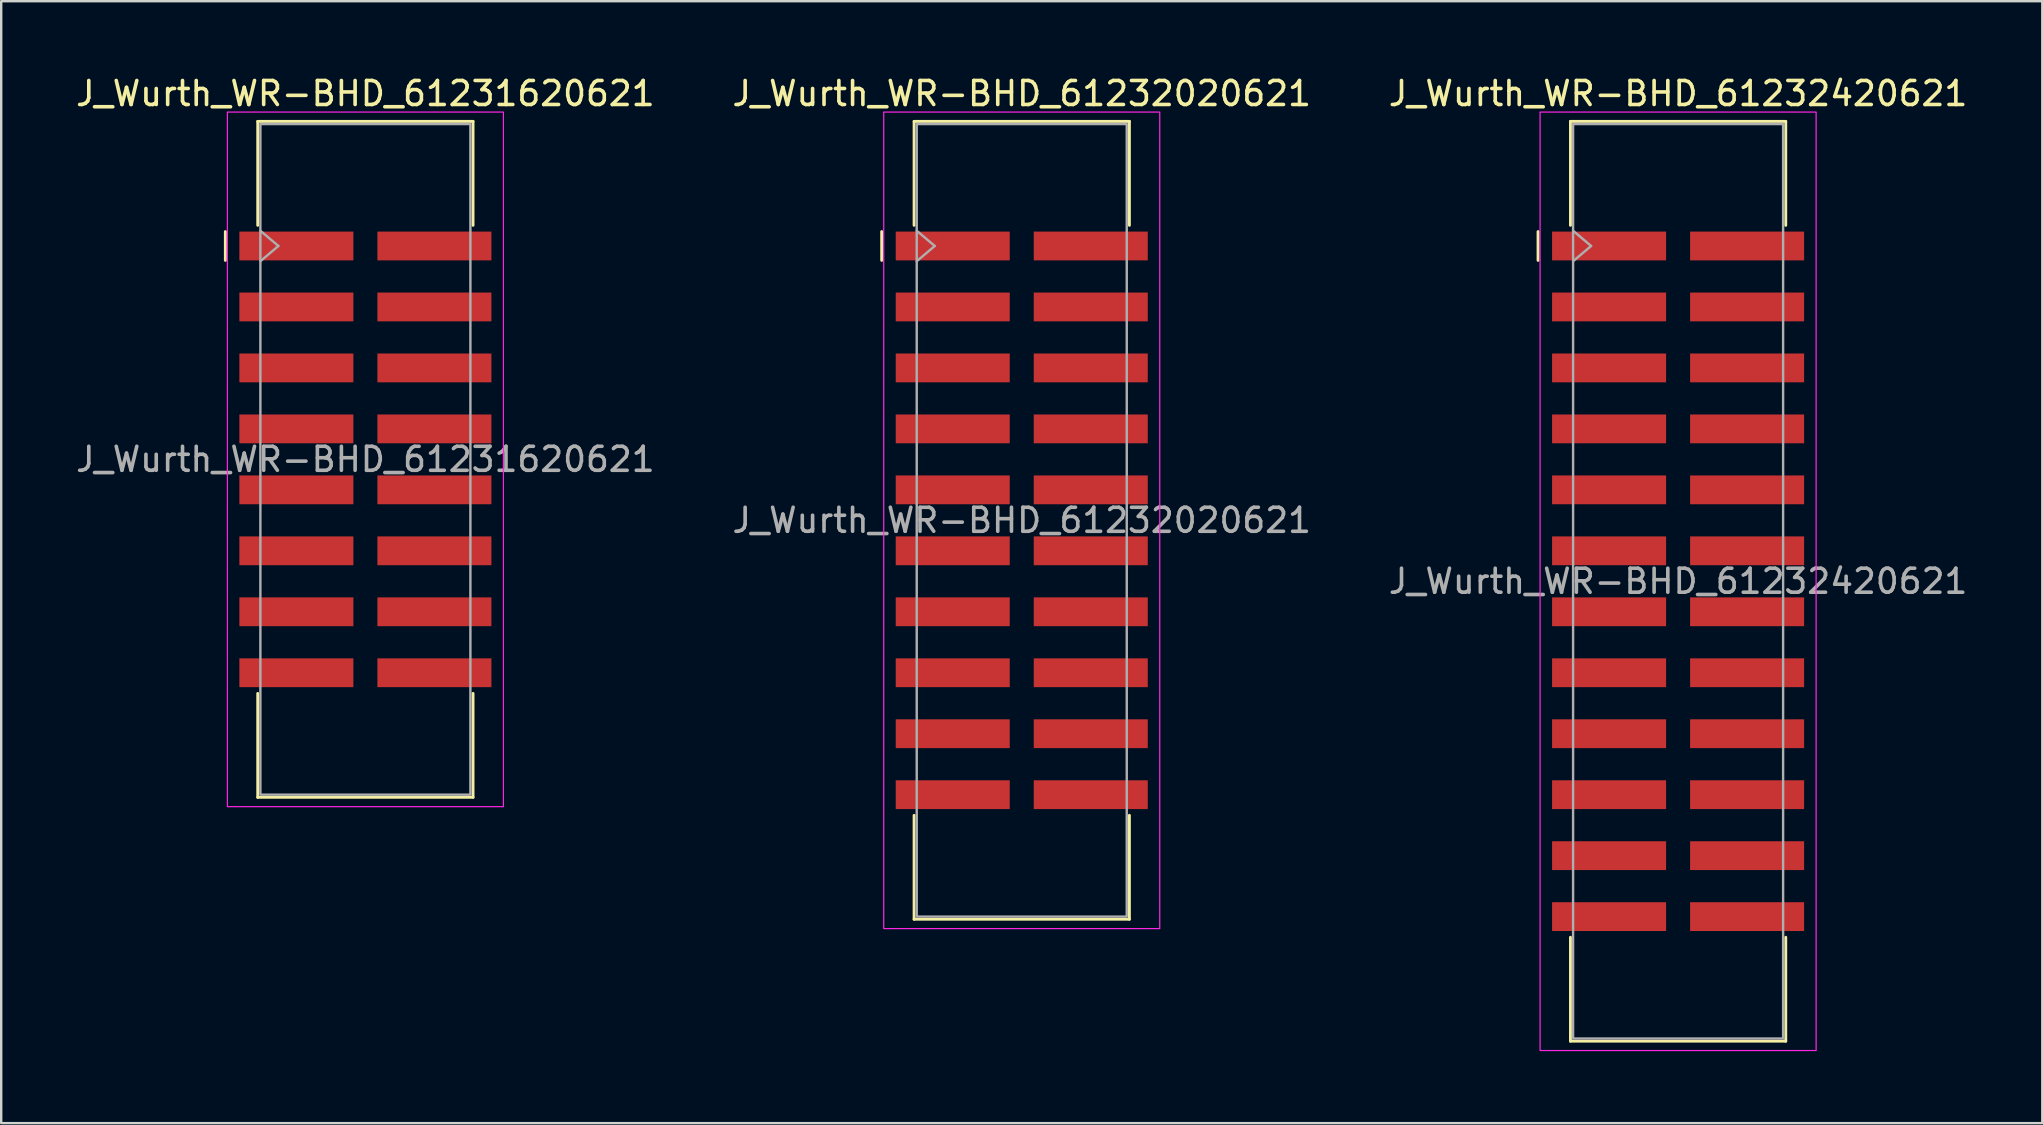
<source format=kicad_pcb>
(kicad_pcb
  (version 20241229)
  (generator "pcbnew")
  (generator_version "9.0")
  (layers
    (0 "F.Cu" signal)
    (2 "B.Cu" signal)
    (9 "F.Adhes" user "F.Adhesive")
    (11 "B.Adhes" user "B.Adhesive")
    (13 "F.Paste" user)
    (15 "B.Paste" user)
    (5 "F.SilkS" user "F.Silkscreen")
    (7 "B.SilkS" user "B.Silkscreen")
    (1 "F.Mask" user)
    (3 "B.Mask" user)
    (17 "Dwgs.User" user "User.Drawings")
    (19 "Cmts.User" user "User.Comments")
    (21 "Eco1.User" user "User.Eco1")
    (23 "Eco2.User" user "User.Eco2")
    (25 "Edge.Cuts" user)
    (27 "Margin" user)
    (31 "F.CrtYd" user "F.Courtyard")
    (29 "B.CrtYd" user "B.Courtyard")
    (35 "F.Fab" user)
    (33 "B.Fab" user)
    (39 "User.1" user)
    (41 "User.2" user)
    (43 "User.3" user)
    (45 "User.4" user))
  (footprint "J_Wurth_WR-BHD_61232020621"
    (layer "F.Cu")
    (at 39.518 18.628)
    (property "Reference" "J_Wurth_WR-BHD_61232020621" (at 0 -17.78 0) (unlocked yes) (layer "F.SilkS") (effects (font (size 1 1) (thickness 0.15))))
    (attr smd)
    (fp_line (start -5.835 -12.03) (end -5.835 -10.83) (stroke (width 0.12) (type solid)) (layer "F.SilkS"))
    (fp_line (start -4.485 -12.29) (end -4.485 -16.62) (stroke (width 0.12) (type solid)) (layer "F.SilkS"))
    (fp_line (start -4.485 16.62) (end -4.485 12.29) (stroke (width 0.12) (type solid)) (layer "F.SilkS"))
    (fp_line (start 4.485 -16.62) (end -4.485 -16.62) (stroke (width 0.12) (type solid)) (layer "F.SilkS"))
    (fp_line (start 4.485 -16.62) (end 4.485 -12.29) (stroke (width 0.12) (type solid)) (layer "F.SilkS"))
    (fp_line (start 4.485 12.29) (end 4.485 16.62) (stroke (width 0.12) (type solid)) (layer "F.SilkS"))
    (fp_line (start 4.485 16.62) (end -4.485 16.62) (stroke (width 0.12) (type solid)) (layer "F.SilkS"))
    (fp_rect (start -5.75 -17.01) (end 5.75 17.01) (stroke (width 0.05) (type solid)) (fill no) (layer "F.CrtYd"))
    (fp_line (start -3.625 -11.43) (end -4.375 -12.065) (stroke (width 0.1) (type solid)) (layer "F.Fab"))
    (fp_line (start -3.625 -11.43) (end -4.375 -10.795) (stroke (width 0.1) (type solid)) (layer "F.Fab"))
    (fp_rect (start -4.375 -16.51) (end 4.375 16.51) (stroke (width 0.1) (type solid)) (fill no) (layer "F.Fab"))
    (fp_text user "${REFERENCE}" (at 0 0 0) (unlocked yes) (layer "F.Fab") (effects (font (size 1 1) (thickness 0.15))))
    (pad "1" smd rect (at -2.875 -11.43 270) (size 1.2 4.75) (layers "F.Cu" "F.Mask" "F.Paste"))
    (pad "2" smd rect (at 2.875 -11.43 270) (size 1.2 4.75) (layers "F.Cu" "F.Mask" "F.Paste"))
    (pad "3" smd rect (at -2.875 -8.89 270) (size 1.2 4.75) (layers "F.Cu" "F.Mask" "F.Paste"))
    (pad "4" smd rect (at 2.875 -8.89 270) (size 1.2 4.75) (layers "F.Cu" "F.Mask" "F.Paste"))
    (pad "5" smd rect (at -2.875 -6.35 270) (size 1.2 4.75) (layers "F.Cu" "F.Mask" "F.Paste"))
    (pad "6" smd rect (at 2.875 -6.35 270) (size 1.2 4.75) (layers "F.Cu" "F.Mask" "F.Paste"))
    (pad "7" smd rect (at -2.875 -3.81 270) (size 1.2 4.75) (layers "F.Cu" "F.Mask" "F.Paste"))
    (pad "8" smd rect (at 2.875 -3.81 270) (size 1.2 4.75) (layers "F.Cu" "F.Mask" "F.Paste"))
    (pad "9" smd rect (at -2.875 -1.27 270) (size 1.2 4.75) (layers "F.Cu" "F.Mask" "F.Paste"))
    (pad "10" smd rect (at 2.875 -1.27 270) (size 1.2 4.75) (layers "F.Cu" "F.Mask" "F.Paste"))
    (pad "11" smd rect (at -2.875 1.27 270) (size 1.2 4.75) (layers "F.Cu" "F.Mask" "F.Paste"))
    (pad "12" smd rect (at 2.875 1.27 270) (size 1.2 4.75) (layers "F.Cu" "F.Mask" "F.Paste"))
    (pad "13" smd rect (at -2.875 3.81 270) (size 1.2 4.75) (layers "F.Cu" "F.Mask" "F.Paste"))
    (pad "14" smd rect (at 2.875 3.81 270) (size 1.2 4.75) (layers "F.Cu" "F.Mask" "F.Paste"))
    (pad "15" smd rect (at -2.875 6.35 270) (size 1.2 4.75) (layers "F.Cu" "F.Mask" "F.Paste"))
    (pad "16" smd rect (at 2.875 6.35 270) (size 1.2 4.75) (layers "F.Cu" "F.Mask" "F.Paste"))
    (pad "17" smd rect (at -2.875 8.89 270) (size 1.2 4.75) (layers "F.Cu" "F.Mask" "F.Paste"))
    (pad "18" smd rect (at 2.875 8.89 270) (size 1.2 4.75) (layers "F.Cu" "F.Mask" "F.Paste"))
    (pad "19" smd rect (at -2.875 11.43 270) (size 1.2 4.75) (layers "F.Cu" "F.Mask" "F.Paste"))
    (pad "20" smd rect (at 2.875 11.43 270) (size 1.2 4.75) (layers "F.Cu" "F.Mask" "F.Paste")))
  (footprint "J_Wurth_WR-BHD_61231620621"
    (layer "F.Cu")
    (at 12.173 16.088)
    (property "Reference" "J_Wurth_WR-BHD_61231620621" (at 0 -15.24 0) (unlocked yes) (layer "F.SilkS") (effects (font (size 1 1) (thickness 0.15))))
    (attr smd)
    (fp_line (start -5.835 -9.49) (end -5.835 -8.29) (stroke (width 0.12) (type solid)) (layer "F.SilkS"))
    (fp_line (start -4.485 -9.75) (end -4.485 -14.08) (stroke (width 0.12) (type solid)) (layer "F.SilkS"))
    (fp_line (start -4.485 14.08) (end -4.485 9.75) (stroke (width 0.12) (type solid)) (layer "F.SilkS"))
    (fp_line (start 4.485 -14.08) (end -4.485 -14.08) (stroke (width 0.12) (type solid)) (layer "F.SilkS"))
    (fp_line (start 4.485 -14.08) (end 4.485 -9.75) (stroke (width 0.12) (type solid)) (layer "F.SilkS"))
    (fp_line (start 4.485 9.75) (end 4.485 14.08) (stroke (width 0.12) (type solid)) (layer "F.SilkS"))
    (fp_line (start 4.485 14.08) (end -4.485 14.08) (stroke (width 0.12) (type solid)) (layer "F.SilkS"))
    (fp_rect (start -5.75 -14.47) (end 5.75 14.47) (stroke (width 0.05) (type solid)) (fill no) (layer "F.CrtYd"))
    (fp_line (start -3.625 -8.89) (end -4.375 -9.525) (stroke (width 0.1) (type solid)) (layer "F.Fab"))
    (fp_line (start -3.625 -8.89) (end -4.375 -8.255) (stroke (width 0.1) (type solid)) (layer "F.Fab"))
    (fp_rect (start -4.375 -13.97) (end 4.375 13.97) (stroke (width 0.1) (type solid)) (fill no) (layer "F.Fab"))
    (fp_text user "${REFERENCE}" (at 0 0 0) (unlocked yes) (layer "F.Fab") (effects (font (size 1 1) (thickness 0.15))))
    (pad "1" smd rect (at -2.875 -8.89 270) (size 1.2 4.75) (layers "F.Cu" "F.Mask" "F.Paste"))
    (pad "2" smd rect (at 2.875 -8.89 270) (size 1.2 4.75) (layers "F.Cu" "F.Mask" "F.Paste"))
    (pad "3" smd rect (at -2.875 -6.35 270) (size 1.2 4.75) (layers "F.Cu" "F.Mask" "F.Paste"))
    (pad "4" smd rect (at 2.875 -6.35 270) (size 1.2 4.75) (layers "F.Cu" "F.Mask" "F.Paste"))
    (pad "5" smd rect (at -2.875 -3.81 270) (size 1.2 4.75) (layers "F.Cu" "F.Mask" "F.Paste"))
    (pad "6" smd rect (at 2.875 -3.81 270) (size 1.2 4.75) (layers "F.Cu" "F.Mask" "F.Paste"))
    (pad "7" smd rect (at -2.875 -1.27 270) (size 1.2 4.75) (layers "F.Cu" "F.Mask" "F.Paste"))
    (pad "8" smd rect (at 2.875 -1.27 270) (size 1.2 4.75) (layers "F.Cu" "F.Mask" "F.Paste"))
    (pad "9" smd rect (at -2.875 1.27 270) (size 1.2 4.75) (layers "F.Cu" "F.Mask" "F.Paste"))
    (pad "10" smd rect (at 2.875 1.27 270) (size 1.2 4.75) (layers "F.Cu" "F.Mask" "F.Paste"))
    (pad "11" smd rect (at -2.875 3.81 270) (size 1.2 4.75) (layers "F.Cu" "F.Mask" "F.Paste"))
    (pad "12" smd rect (at 2.875 3.81 270) (size 1.2 4.75) (layers "F.Cu" "F.Mask" "F.Paste"))
    (pad "13" smd rect (at -2.875 6.35 270) (size 1.2 4.75) (layers "F.Cu" "F.Mask" "F.Paste"))
    (pad "14" smd rect (at 2.875 6.35 270) (size 1.2 4.75) (layers "F.Cu" "F.Mask" "F.Paste"))
    (pad "15" smd rect (at -2.875 8.89 270) (size 1.2 4.75) (layers "F.Cu" "F.Mask" "F.Paste"))
    (pad "16" smd rect (at 2.875 8.89 270) (size 1.2 4.75) (layers "F.Cu" "F.Mask" "F.Paste")))
  (footprint "J_Wurth_WR-BHD_61232420621"
    (layer "F.Cu")
    (at 66.863 21.168)
    (property "Reference" "J_Wurth_WR-BHD_61232420621" (at 0 -20.32 0) (unlocked yes) (layer "F.SilkS") (effects (font (size 1 1) (thickness 0.15))))
    (attr smd)
    (fp_line (start -5.835 -14.57) (end -5.835 -13.37) (stroke (width 0.12) (type solid)) (layer "F.SilkS"))
    (fp_line (start -4.485 -14.83) (end -4.485 -19.16) (stroke (width 0.12) (type solid)) (layer "F.SilkS"))
    (fp_line (start -4.485 19.16) (end -4.485 14.83) (stroke (width 0.12) (type solid)) (layer "F.SilkS"))
    (fp_line (start 4.485 -19.16) (end -4.485 -19.16) (stroke (width 0.12) (type solid)) (layer "F.SilkS"))
    (fp_line (start 4.485 -19.16) (end 4.485 -14.83) (stroke (width 0.12) (type solid)) (layer "F.SilkS"))
    (fp_line (start 4.485 14.83) (end 4.485 19.16) (stroke (width 0.12) (type solid)) (layer "F.SilkS"))
    (fp_line (start 4.485 19.16) (end -4.485 19.16) (stroke (width 0.12) (type solid)) (layer "F.SilkS"))
    (fp_rect (start -5.75 -19.55) (end 5.75 19.55) (stroke (width 0.05) (type solid)) (fill no) (layer "F.CrtYd"))
    (fp_line (start -3.625 -13.97) (end -4.375 -14.605) (stroke (width 0.1) (type solid)) (layer "F.Fab"))
    (fp_line (start -3.625 -13.97) (end -4.375 -13.335) (stroke (width 0.1) (type solid)) (layer "F.Fab"))
    (fp_rect (start -4.375 -19.05) (end 4.375 19.05) (stroke (width 0.1) (type solid)) (fill no) (layer "F.Fab"))
    (fp_text user "${REFERENCE}" (at 0 0 0) (unlocked yes) (layer "F.Fab") (effects (font (size 1 1) (thickness 0.15))))
    (pad "1" smd rect (at -2.875 -13.97 270) (size 1.2 4.75) (layers "F.Cu" "F.Mask" "F.Paste"))
    (pad "2" smd rect (at 2.875 -13.97 270) (size 1.2 4.75) (layers "F.Cu" "F.Mask" "F.Paste"))
    (pad "3" smd rect (at -2.875 -11.43 270) (size 1.2 4.75) (layers "F.Cu" "F.Mask" "F.Paste"))
    (pad "4" smd rect (at 2.875 -11.43 270) (size 1.2 4.75) (layers "F.Cu" "F.Mask" "F.Paste"))
    (pad "5" smd rect (at -2.875 -8.89 270) (size 1.2 4.75) (layers "F.Cu" "F.Mask" "F.Paste"))
    (pad "6" smd rect (at 2.875 -8.89 270) (size 1.2 4.75) (layers "F.Cu" "F.Mask" "F.Paste"))
    (pad "7" smd rect (at -2.875 -6.35 270) (size 1.2 4.75) (layers "F.Cu" "F.Mask" "F.Paste"))
    (pad "8" smd rect (at 2.875 -6.35 270) (size 1.2 4.75) (layers "F.Cu" "F.Mask" "F.Paste"))
    (pad "9" smd rect (at -2.875 -3.81 270) (size 1.2 4.75) (layers "F.Cu" "F.Mask" "F.Paste"))
    (pad "10" smd rect (at 2.875 -3.81 270) (size 1.2 4.75) (layers "F.Cu" "F.Mask" "F.Paste"))
    (pad "11" smd rect (at -2.875 -1.27 270) (size 1.2 4.75) (layers "F.Cu" "F.Mask" "F.Paste"))
    (pad "12" smd rect (at 2.875 -1.27 270) (size 1.2 4.75) (layers "F.Cu" "F.Mask" "F.Paste"))
    (pad "13" smd rect (at -2.875 1.27 270) (size 1.2 4.75) (layers "F.Cu" "F.Mask" "F.Paste"))
    (pad "14" smd rect (at 2.875 1.27 270) (size 1.2 4.75) (layers "F.Cu" "F.Mask" "F.Paste"))
    (pad "15" smd rect (at -2.875 3.81 270) (size 1.2 4.75) (layers "F.Cu" "F.Mask" "F.Paste"))
    (pad "16" smd rect (at 2.875 3.81 270) (size 1.2 4.75) (layers "F.Cu" "F.Mask" "F.Paste"))
    (pad "17" smd rect (at -2.875 6.35 270) (size 1.2 4.75) (layers "F.Cu" "F.Mask" "F.Paste"))
    (pad "18" smd rect (at 2.875 6.35 270) (size 1.2 4.75) (layers "F.Cu" "F.Mask" "F.Paste"))
    (pad "19" smd rect (at -2.875 8.89 270) (size 1.2 4.75) (layers "F.Cu" "F.Mask" "F.Paste"))
    (pad "20" smd rect (at 2.875 8.89 270) (size 1.2 4.75) (layers "F.Cu" "F.Mask" "F.Paste"))
    (pad "21" smd rect (at -2.875 11.43 270) (size 1.2 4.75) (layers "F.Cu" "F.Mask" "F.Paste"))
    (pad "22" smd rect (at 2.875 11.43 270) (size 1.2 4.75) (layers "F.Cu" "F.Mask" "F.Paste"))
    (pad "23" smd rect (at -2.875 13.97 270) (size 1.2 4.75) (layers "F.Cu" "F.Mask" "F.Paste"))
    (pad "24" smd rect (at 2.875 13.97 270) (size 1.2 4.75) (layers "F.Cu" "F.Mask" "F.Paste")))
  (gr_rect
    (start -3 -3)
    (end 82.036 43.743)
    (stroke (width 0.1) (type default))
    (fill no)
    (layer "Edge.Cuts")))
</source>
